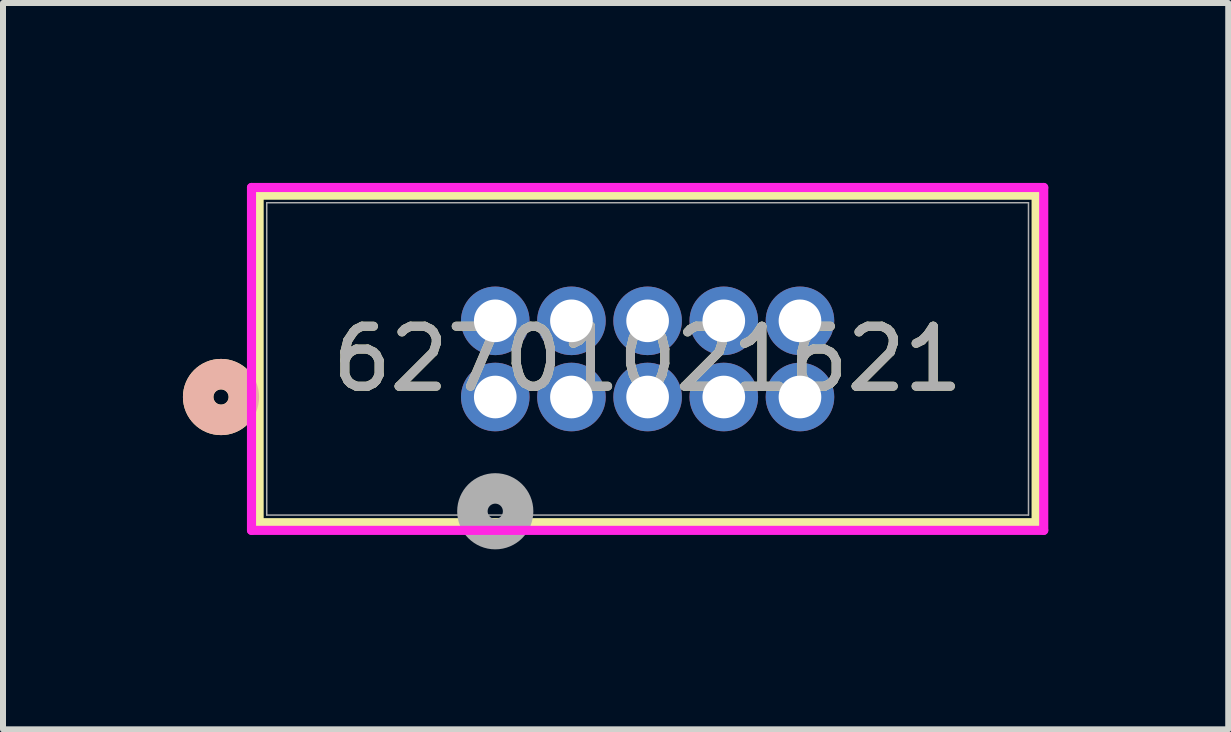
<source format=kicad_pcb>
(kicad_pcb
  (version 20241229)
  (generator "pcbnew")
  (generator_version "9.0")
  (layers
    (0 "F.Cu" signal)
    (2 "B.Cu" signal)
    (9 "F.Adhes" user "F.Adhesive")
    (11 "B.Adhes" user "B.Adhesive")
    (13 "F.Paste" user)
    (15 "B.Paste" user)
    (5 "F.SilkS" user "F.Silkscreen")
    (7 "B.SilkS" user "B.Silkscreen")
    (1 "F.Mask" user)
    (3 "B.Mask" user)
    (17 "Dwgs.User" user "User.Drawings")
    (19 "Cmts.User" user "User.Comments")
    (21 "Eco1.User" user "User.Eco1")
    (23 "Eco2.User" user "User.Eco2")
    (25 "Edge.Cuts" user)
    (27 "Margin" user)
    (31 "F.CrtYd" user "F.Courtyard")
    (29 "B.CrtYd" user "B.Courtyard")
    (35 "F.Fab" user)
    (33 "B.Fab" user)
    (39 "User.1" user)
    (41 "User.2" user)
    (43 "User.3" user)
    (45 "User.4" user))
  (footprint "62701021621"
    (layer "F.Cu")
    (at 5.207 3.569)
    (property "Reference" "62701021621" (at 2.54 -0.635 0) (unlocked yes) (layer "F.SilkS") (effects (font (size 1 1) (thickness 0.15))))
    (attr through_hole)
    (fp_line (start -3.937 -3.365) (end -3.937 2.095) (stroke (width 0.152) (type solid)) (layer "F.SilkS"))
    (fp_line (start -3.937 2.095) (end 9.017 2.095) (stroke (width 0.152) (type solid)) (layer "F.SilkS"))
    (fp_line (start 9.017 -3.365) (end -3.937 -3.365) (stroke (width 0.152) (type solid)) (layer "F.SilkS"))
    (fp_line (start 9.017 2.095) (end 9.017 -3.365) (stroke (width 0.152) (type solid)) (layer "F.SilkS"))
    (fp_circle (center -4.572 0) (end -4.191 0) (stroke (width 0.508) (type solid)) (fill no) (layer "F.SilkS"))
    (fp_circle (center -4.572 0) (end -4.191 0) (stroke (width 0.508) (type solid)) (fill no) (layer "B.SilkS"))
    (fp_line (start -4.064 -3.493) (end -4.064 2.223) (stroke (width 0.152) (type solid)) (layer "F.CrtYd"))
    (fp_line (start -4.064 2.223) (end 9.144 2.223) (stroke (width 0.152) (type solid)) (layer "F.CrtYd"))
    (fp_line (start 9.144 -3.493) (end -4.064 -3.493) (stroke (width 0.152) (type solid)) (layer "F.CrtYd"))
    (fp_line (start 9.144 2.223) (end 9.144 -3.493) (stroke (width 0.152) (type solid)) (layer "F.CrtYd"))
    (fp_line (start -3.81 -3.239) (end -3.81 1.968) (stroke (width 0.025) (type solid)) (layer "F.Fab"))
    (fp_line (start -3.81 1.968) (end 8.89 1.968) (stroke (width 0.025) (type solid)) (layer "F.Fab"))
    (fp_line (start 8.89 -3.239) (end -3.81 -3.239) (stroke (width 0.025) (type solid)) (layer "F.Fab"))
    (fp_line (start 8.89 1.968) (end 8.89 -3.239) (stroke (width 0.025) (type solid)) (layer "F.Fab"))
    (fp_circle (center 0 1.905) (end 0.381 1.905) (stroke (width 0.508) (type solid)) (fill no) (layer "F.Fab"))
    (fp_text user "${REFERENCE}" (at 2.54 -0.635 0) (unlocked yes) (layer "F.Fab") (effects (font (size 1 1) (thickness 0.15))))
    (pad "1" thru_hole circle (at 0 0) (size 1.143 1.143) (drill 0.711) (layers "*.Cu" "*.Mask"))
    (pad "2" thru_hole circle (at 0 -1.27) (size 1.143 1.143) (drill 0.711) (layers "*.Cu" "*.Mask"))
    (pad "3" thru_hole circle (at 1.27 0) (size 1.143 1.143) (drill 0.711) (layers "*.Cu" "*.Mask"))
    (pad "4" thru_hole circle (at 1.27 -1.27) (size 1.143 1.143) (drill 0.711) (layers "*.Cu" "*.Mask"))
    (pad "5" thru_hole circle (at 2.54 0) (size 1.143 1.143) (drill 0.711) (layers "*.Cu" "*.Mask"))
    (pad "6" thru_hole circle (at 2.54 -1.27) (size 1.143 1.143) (drill 0.711) (layers "*.Cu" "*.Mask"))
    (pad "7" thru_hole circle (at 3.81 0) (size 1.143 1.143) (drill 0.711) (layers "*.Cu" "*.Mask"))
    (pad "8" thru_hole circle (at 3.81 -1.27) (size 1.143 1.143) (drill 0.711) (layers "*.Cu" "*.Mask"))
    (pad "9" thru_hole circle (at 5.08 0) (size 1.143 1.143) (drill 0.711) (layers "*.Cu" "*.Mask"))
    (pad "10" thru_hole circle (at 5.08 -1.27) (size 1.143 1.143) (drill 0.711) (layers "*.Cu" "*.Mask")))
  (gr_rect
    (start -3 -3)
    (end 17.427 9.109)
    (stroke (width 0.1) (type default))
    (fill no)
    (layer "Edge.Cuts")))
</source>
